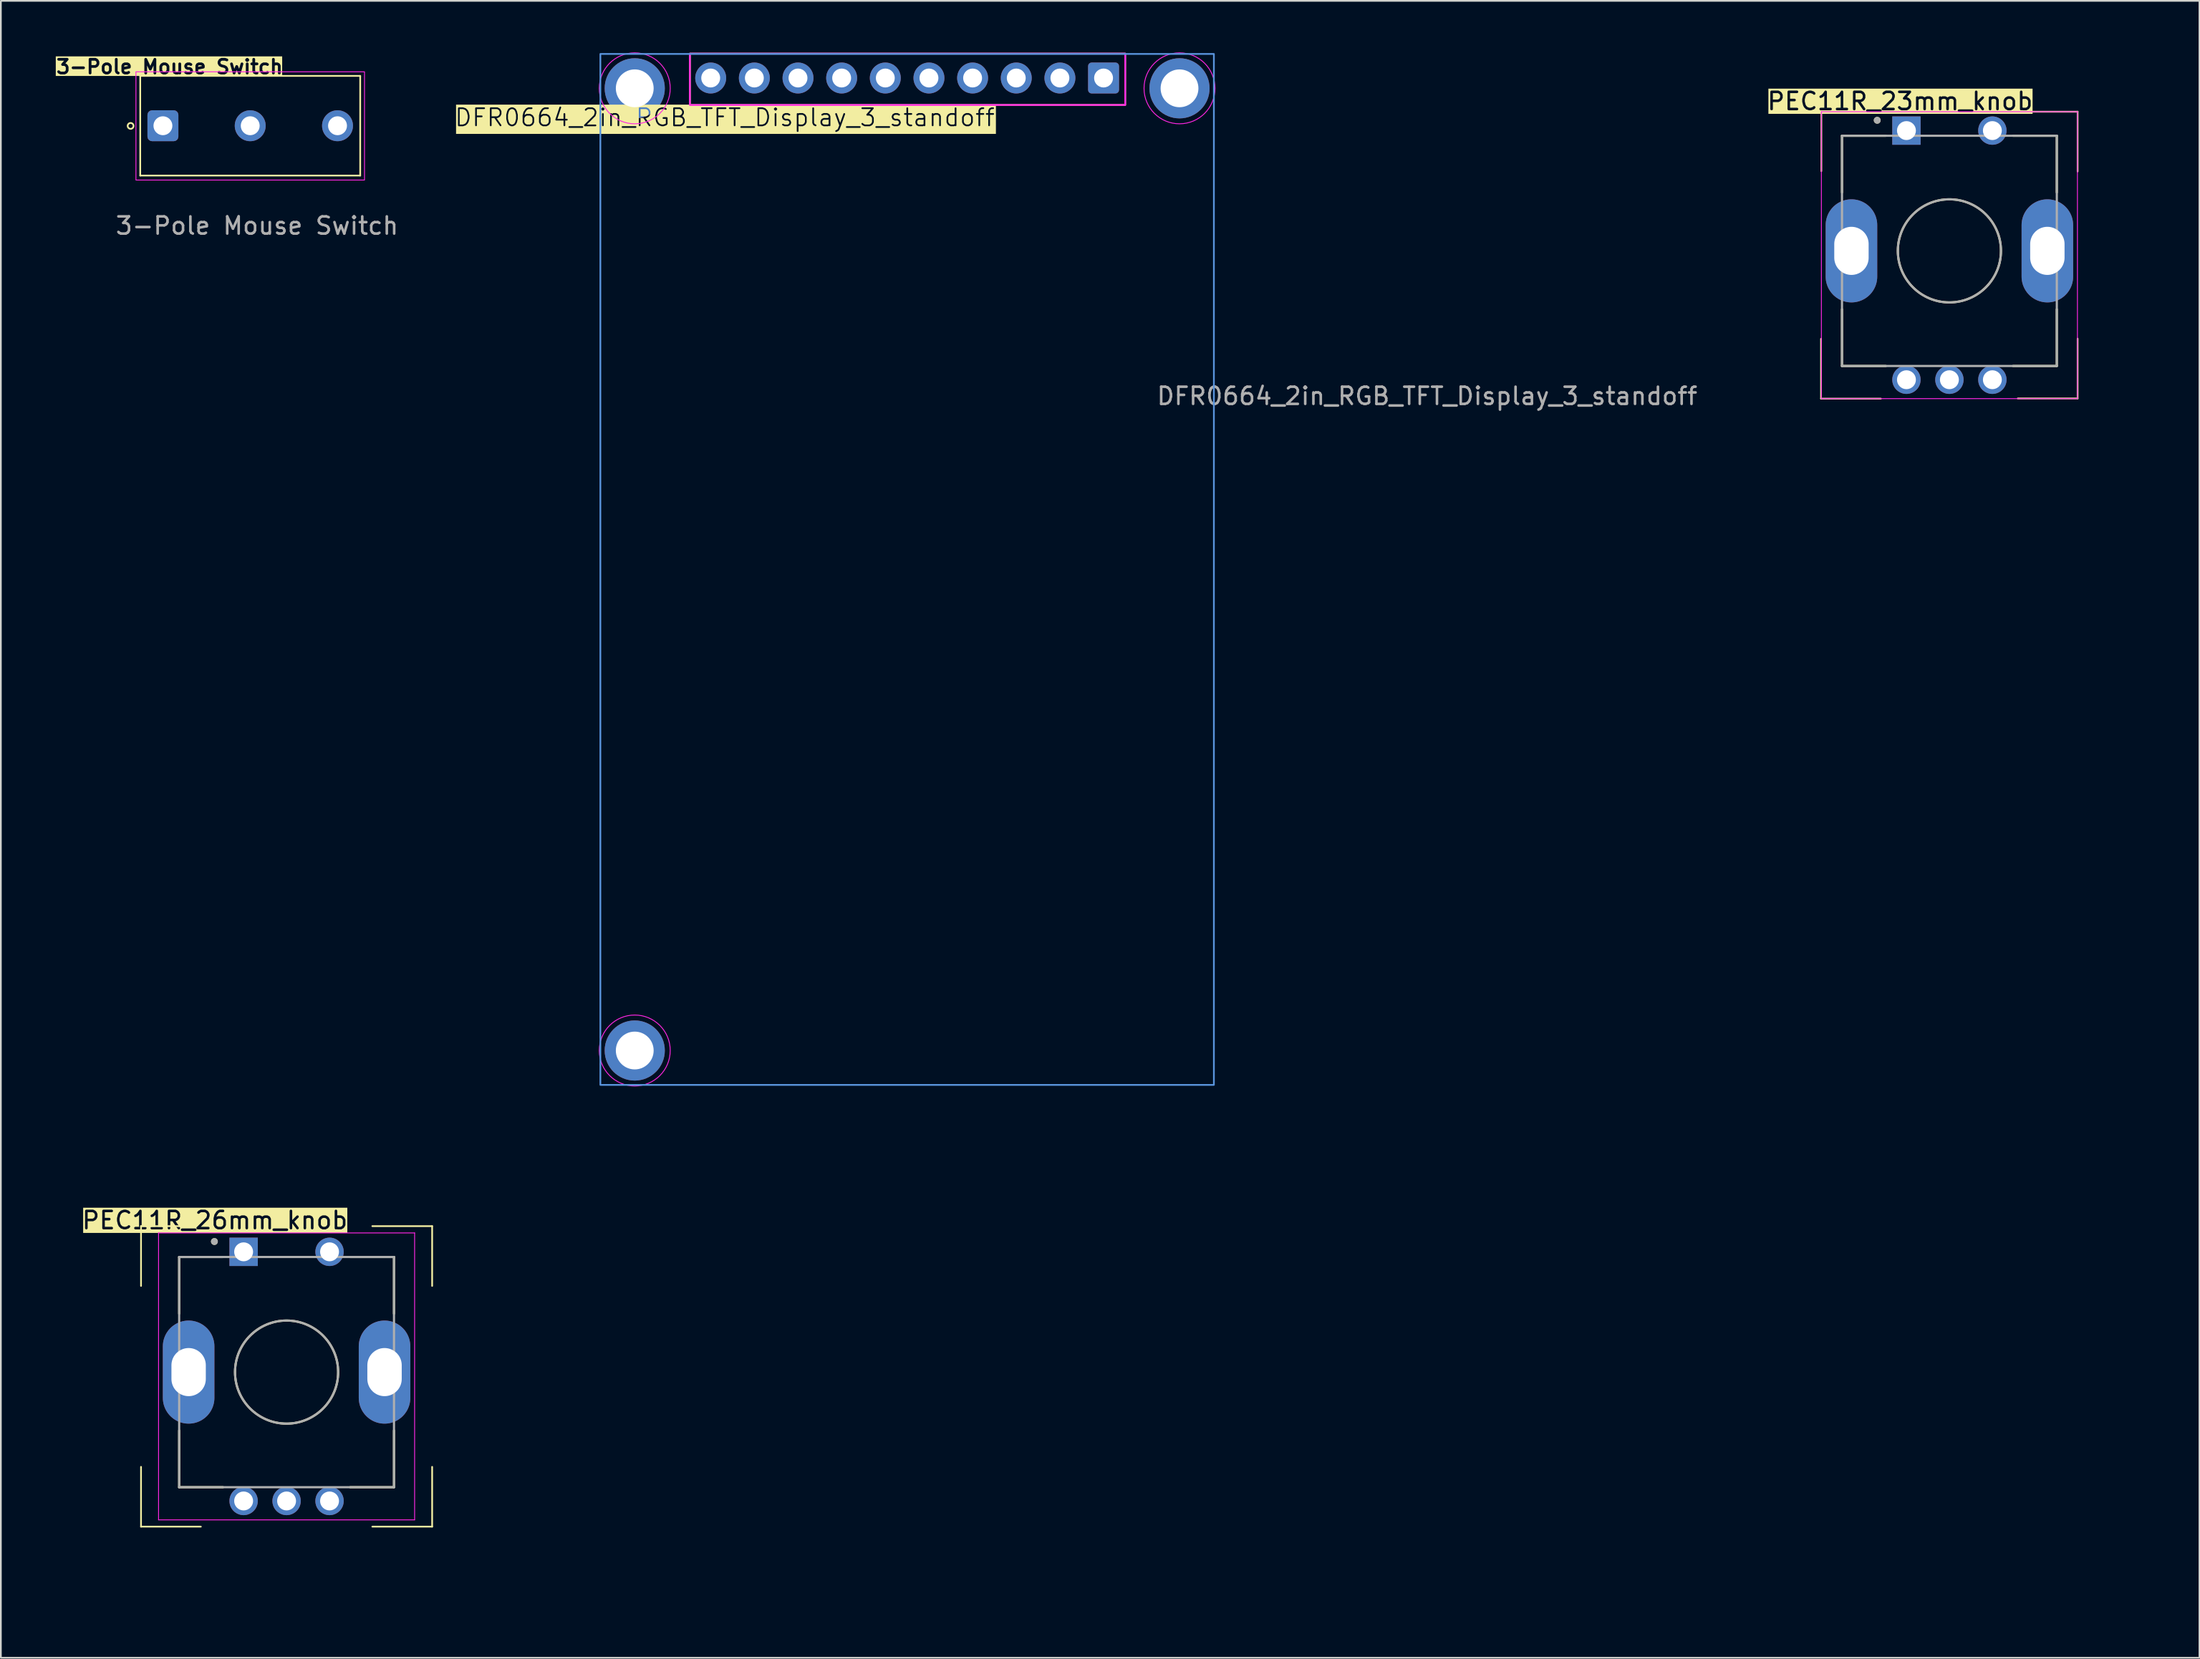
<source format=kicad_pcb>
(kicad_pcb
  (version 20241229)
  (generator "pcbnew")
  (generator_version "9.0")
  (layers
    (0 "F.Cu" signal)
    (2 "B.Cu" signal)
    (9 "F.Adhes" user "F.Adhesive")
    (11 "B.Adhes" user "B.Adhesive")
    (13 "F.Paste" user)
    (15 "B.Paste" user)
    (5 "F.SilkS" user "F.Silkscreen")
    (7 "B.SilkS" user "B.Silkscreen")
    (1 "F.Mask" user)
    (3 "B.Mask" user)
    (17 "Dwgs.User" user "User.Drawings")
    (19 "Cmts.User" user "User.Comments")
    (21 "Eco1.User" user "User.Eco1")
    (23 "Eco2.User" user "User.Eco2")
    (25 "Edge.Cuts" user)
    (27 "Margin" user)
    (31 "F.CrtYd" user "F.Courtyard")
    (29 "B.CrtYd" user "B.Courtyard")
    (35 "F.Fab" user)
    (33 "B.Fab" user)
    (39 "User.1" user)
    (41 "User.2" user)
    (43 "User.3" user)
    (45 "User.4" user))
  (footprint "PEC11R_26mm_knob"
    (layer "F.Cu")
    (at 13.626 76.806)
    (property "Reference" "PEC11R_26mm_knob" (at -4.175 -8.835 0) (layer "F.SilkS" knockout) (effects (font (size 1 1) (thickness 0.15))))
    (attr through_hole)
    (fp_line (start -8.47 -8.495) (end -6.24 -8.495) (stroke (width 0.1) (type default)) (layer "F.SilkS"))
    (fp_line (start -8.47 -5.015) (end -8.47 -8.495) (stroke (width 0.1) (type default)) (layer "F.SilkS"))
    (fp_line (start -8.47 5.515) (end -8.47 8.995) (stroke (width 0.1) (type default)) (layer "F.SilkS"))
    (fp_line (start -8.47 8.995) (end -4.99 8.995) (stroke (width 0.1) (type default)) (layer "F.SilkS"))
    (fp_line (start -6.25 -6.7) (end -3.7 -6.7) (stroke (width 0.127) (type solid)) (layer "F.SilkS"))
    (fp_line (start -6.25 -3.4) (end -6.25 -6.7) (stroke (width 0.127) (type solid)) (layer "F.SilkS"))
    (fp_line (start -6.25 3.4) (end -6.25 6.7) (stroke (width 0.127) (type solid)) (layer "F.SilkS"))
    (fp_line (start -6.25 6.7) (end -3.7 6.7) (stroke (width 0.127) (type solid)) (layer "F.SilkS"))
    (fp_line (start 3.7 -6.7) (end 6.25 -6.7) (stroke (width 0.127) (type solid)) (layer "F.SilkS"))
    (fp_line (start 3.7 6.7) (end 6.25 6.7) (stroke (width 0.127) (type solid)) (layer "F.SilkS"))
    (fp_line (start 6.25 -6.7) (end 6.25 -3.4) (stroke (width 0.127) (type solid)) (layer "F.SilkS"))
    (fp_line (start 6.25 6.7) (end 6.25 3.4) (stroke (width 0.127) (type solid)) (layer "F.SilkS"))
    (fp_line (start 8.47 -8.495) (end 4.99 -8.495) (stroke (width 0.1) (type default)) (layer "F.SilkS"))
    (fp_line (start 8.47 -5.015) (end 8.47 -8.495) (stroke (width 0.1) (type default)) (layer "F.SilkS"))
    (fp_line (start 8.47 5.515) (end 8.47 8.995) (stroke (width 0.1) (type solid)) (layer "F.SilkS"))
    (fp_line (start 8.47 8.995) (end 4.99 8.995) (stroke (width 0.1) (type default)) (layer "F.SilkS"))
    (fp_circle (center -4.2 -7.6) (end -4.1 -7.6) (stroke (width 0.2) (type solid)) (fill no) (layer "F.SilkS"))
    (fp_circle (center 0 0) (end 3 0) (stroke (width 0.127) (type solid)) (fill no) (layer "F.SilkS"))
    (fp_circle (center 0 0) (end 9.6 9.6) (stroke (width 0.1) (type default)) (fill no) (layer "Eco1.User"))
    (fp_line (start -7.45 -8.1) (end -7.45 8.6) (stroke (width 0.05) (type solid)) (layer "F.CrtYd"))
    (fp_line (start -7.45 8.6) (end 7.45 8.6) (stroke (width 0.05) (type solid)) (layer "F.CrtYd"))
    (fp_line (start 7.45 -8.1) (end -7.45 -8.1) (stroke (width 0.05) (type solid)) (layer "F.CrtYd"))
    (fp_line (start 7.45 8.6) (end 7.45 -8.1) (stroke (width 0.05) (type solid)) (layer "F.CrtYd"))
    (fp_line (start -6.25 -6.7) (end 6.25 -6.7) (stroke (width 0.127) (type solid)) (layer "F.Fab"))
    (fp_line (start -6.25 6.7) (end -6.25 -6.7) (stroke (width 0.127) (type solid)) (layer "F.Fab"))
    (fp_line (start 6.25 -6.7) (end 6.25 6.7) (stroke (width 0.127) (type solid)) (layer "F.Fab"))
    (fp_line (start 6.25 6.7) (end -6.25 6.7) (stroke (width 0.127) (type solid)) (layer "F.Fab"))
    (fp_circle (center -4.2 -7.6) (end -4.1 -7.6) (stroke (width 0.2) (type solid)) (fill no) (layer "F.Fab"))
    (fp_circle (center 0 0) (end 3 0) (stroke (width 0.127) (type solid)) (fill no) (layer "F.Fab"))
    (pad "1" thru_hole rect (at -2.5 -7) (size 1.65 1.65) (drill 1.1) (layers "*.Cu" "*.Mask"))
    (pad "2" thru_hole circle (at 2.5 -7) (size 1.65 1.65) (drill 1.1) (layers "*.Cu" "*.Mask"))
    (pad "A" thru_hole circle (at -2.5 7.5) (size 1.65 1.65) (drill 1.1) (layers "*.Cu" "*.Mask"))
    (pad "B" thru_hole circle (at 2.5 7.5) (size 1.65 1.65) (drill 1.1) (layers "*.Cu" "*.Mask"))
    (pad "COM" thru_hole circle (at 0 7.5) (size 1.65 1.65) (drill 1.1) (layers "*.Cu" "*.Mask"))
    (pad "S1" thru_hole oval (at -5.7 0) (size 3 6) (drill oval 2 2.8) (layers "*.Cu" "*.Mask"))
    (pad "S2" thru_hole oval (at 5.7 0) (size 3 6) (drill oval 2 2.8) (layers "*.Cu" "*.Mask")))
  (footprint "PEC11R_23mm_knob"
    (layer "F.Cu")
    (at 110.384 11.55)
    (property "Reference" "PEC11R_23mm_knob" (at -2.87 -8.71 0) (layer "F.SilkS" knockout) (effects (font (size 1 1) (thickness 0.15))))
    (attr through_hole)
    (fp_line (start -7.47 5.12) (end -7.47 8.6) (stroke (width 0.1) (type default)) (layer "F.SilkS"))
    (fp_line (start -7.47 8.6) (end -3.99 8.6) (stroke (width 0.1) (type default)) (layer "F.SilkS"))
    (fp_line (start -7.45 -8.12) (end -5.22 -8.12) (stroke (width 0.1) (type default)) (layer "F.SilkS"))
    (fp_line (start -7.45 -4.64) (end -7.45 -8.12) (stroke (width 0.1) (type default)) (layer "F.SilkS"))
    (fp_line (start -6.25 -6.7) (end -3.7 -6.7) (stroke (width 0.127) (type solid)) (layer "F.SilkS"))
    (fp_line (start -6.25 -3.4) (end -6.25 -6.7) (stroke (width 0.127) (type solid)) (layer "F.SilkS"))
    (fp_line (start -6.25 3.4) (end -6.25 6.7) (stroke (width 0.127) (type solid)) (layer "F.SilkS"))
    (fp_line (start -6.25 6.7) (end -3.7 6.7) (stroke (width 0.127) (type solid)) (layer "F.SilkS"))
    (fp_line (start 3.7 -6.7) (end 6.25 -6.7) (stroke (width 0.127) (type solid)) (layer "F.SilkS"))
    (fp_line (start 3.7 6.7) (end 6.25 6.7) (stroke (width 0.127) (type solid)) (layer "F.SilkS"))
    (fp_line (start 6.25 -6.7) (end 6.25 -3.4) (stroke (width 0.127) (type solid)) (layer "F.SilkS"))
    (fp_line (start 6.25 6.7) (end 6.25 3.4) (stroke (width 0.127) (type solid)) (layer "F.SilkS"))
    (fp_line (start 7.46 -8.1) (end 3.98 -8.1) (stroke (width 0.1) (type default)) (layer "F.SilkS"))
    (fp_line (start 7.46 -4.62) (end 7.46 -8.1) (stroke (width 0.1) (type default)) (layer "F.SilkS"))
    (fp_line (start 7.46 5.11) (end 7.46 8.59) (stroke (width 0.1) (type solid)) (layer "F.SilkS"))
    (fp_line (start 7.46 8.59) (end 3.98 8.59) (stroke (width 0.1) (type default)) (layer "F.SilkS"))
    (fp_circle (center -4.2 -7.6) (end -4.1 -7.6) (stroke (width 0.2) (type solid)) (fill no) (layer "F.SilkS"))
    (fp_circle (center 0 0) (end 3 0) (stroke (width 0.127) (type solid)) (fill no) (layer "F.SilkS"))
    (fp_circle (center 0 0) (end 11.5 0) (stroke (width 0.1) (type default)) (fill no) (layer "Eco1.User"))
    (fp_line (start -7.45 -8.1) (end -7.45 8.6) (stroke (width 0.05) (type solid)) (layer "F.CrtYd"))
    (fp_line (start -7.45 8.6) (end 7.45 8.6) (stroke (width 0.05) (type solid)) (layer "F.CrtYd"))
    (fp_line (start 7.45 -8.1) (end -7.45 -8.1) (stroke (width 0.05) (type solid)) (layer "F.CrtYd"))
    (fp_line (start 7.45 8.6) (end 7.45 -8.1) (stroke (width 0.05) (type solid)) (layer "F.CrtYd"))
    (fp_line (start -6.25 -6.7) (end 6.25 -6.7) (stroke (width 0.127) (type solid)) (layer "F.Fab"))
    (fp_line (start -6.25 6.7) (end -6.25 -6.7) (stroke (width 0.127) (type solid)) (layer "F.Fab"))
    (fp_line (start 6.25 -6.7) (end 6.25 6.7) (stroke (width 0.127) (type solid)) (layer "F.Fab"))
    (fp_line (start 6.25 6.7) (end -6.25 6.7) (stroke (width 0.127) (type solid)) (layer "F.Fab"))
    (fp_circle (center -4.2 -7.6) (end -4.1 -7.6) (stroke (width 0.2) (type solid)) (fill no) (layer "F.Fab"))
    (fp_circle (center 0 0) (end 3 0) (stroke (width 0.127) (type solid)) (fill no) (layer "F.Fab"))
    (pad "1" thru_hole rect (at -2.5 -7) (size 1.65 1.65) (drill 1.1) (layers "*.Cu" "*.Mask"))
    (pad "2" thru_hole circle (at 2.5 -7) (size 1.65 1.65) (drill 1.1) (layers "*.Cu" "*.Mask"))
    (pad "A" thru_hole circle (at -2.5 7.5) (size 1.65 1.65) (drill 1.1) (layers "*.Cu" "*.Mask"))
    (pad "B" thru_hole circle (at 2.5 7.5) (size 1.65 1.65) (drill 1.1) (layers "*.Cu" "*.Mask"))
    (pad "COM" thru_hole circle (at 0 7.5) (size 1.65 1.65) (drill 1.1) (layers "*.Cu" "*.Mask"))
    (pad "S1" thru_hole oval (at -5.7 0) (size 3 6) (drill oval 2 2.8) (layers "*.Cu" "*.Mask"))
    (pad "S2" thru_hole oval (at 5.7 0) (size 3 6) (drill oval 2 2.8) (layers "*.Cu" "*.Mask")))
  (footprint "3-Pole Mouse Switch"
    (layer "F.Cu")
    (at 11.51 4.268)
    (property "Reference" "3-Pole Mouse Switch" (at -4.69 -3.43 0) (layer "F.SilkS" knockout) (effects (font (size 0.8 0.8) (thickness 0.16) (bold yes))))
    (attr through_hole)
    (fp_line (start -6.4 -2.9) (end 6.4 -2.9) (stroke (width 0.1) (type default)) (layer "F.SilkS"))
    (fp_line (start -6.4 2.9) (end -6.4 -2.9) (stroke (width 0.1) (type default)) (layer "F.SilkS"))
    (fp_line (start 6.4 -2.9) (end 6.4 2.9) (stroke (width 0.1) (type default)) (layer "F.SilkS"))
    (fp_line (start 6.4 2.9) (end -6.4 2.9) (stroke (width 0.1) (type default)) (layer "F.SilkS"))
    (fp_circle (center -6.96 0.01) (end -6.97 -0.16) (stroke (width 0.1) (type default)) (fill no) (layer "F.SilkS"))
    (fp_rect (start -6.65 -3.14) (end 6.65 3.16) (stroke (width 0.05) (type default)) (fill no) (layer "F.CrtYd"))
    (fp_text user "${REFERENCE}" (at 0.4 5.82 0) (unlocked yes) (layer "F.Fab") (effects (font (size 1 1) (thickness 0.15))))
    (pad "1" thru_hole roundrect (at -5.08 0) (size 1.8 1.8) (drill 1.1) (layers "*.Cu" "*.Mask") (roundrect_rratio 0.15))
    (pad "2" thru_hole circle (at 0 0) (size 1.8 1.8) (drill 1.1) (layers "*.Cu" "*.Mask"))
    (pad "3" thru_hole circle (at 5.08 0) (size 1.8 1.8) (drill 1.1) (layers "*.Cu" "*.Mask")))
  (footprint "DFR0664_2in_RGB_TFT_Display_3_standoff"
    (layer "F.Cu")
    (at 79.995 17.5)
    (property "Reference" "DFR0664_2in_RGB_TFT_Display_3_standoff" (at -40.87 -13.71 0) (layer "F.SilkS" knockout) (effects (font (size 1 1) (thickness 0.1))))
    (attr through_hole)
    (fp_rect (start -42.9 -17.43) (end -17.57 -14.44) (stroke (width 0.1) (type default)) (fill no) (layer "F.SilkS"))
    (fp_poly (pts (xy -48.11 42.59) (xy -12.41 42.59) (xy -12.41 -17.41) (xy -48.11 -17.41)) (stroke (width 0.1) (type solid)) (fill no) (layer "Cmts.User"))
    (fp_rect (start -42.9 -17.43) (end -17.57 -14.44) (stroke (width 0.1) (type default)) (fill no) (layer "F.CrtYd"))
    (fp_circle (center -46.11 -15.41) (end -44.65 -13.95) (stroke (width 0.05) (type default)) (fill no) (layer "F.CrtYd"))
    (fp_circle (center -46.11 40.59) (end -44.65 42.05) (stroke (width 0.05) (type default)) (fill no) (layer "F.CrtYd"))
    (fp_circle (center -14.41 -15.41) (end -12.95 -13.95) (stroke (width 0.05) (type default)) (fill no) (layer "F.CrtYd"))
    (fp_text user "${REFERENCE}" (at 0 2.5 0) (unlocked yes) (layer "F.Fab") (effects (font (size 1 1) (thickness 0.15))))
    (pad "1" thru_hole roundrect (at -18.83 -16.01) (size 1.8 1.8) (drill 1.1) (layers "*.Cu" "*.Mask") (roundrect_rratio 0.114))
    (pad "2" thru_hole circle (at -21.37 -16.01) (size 1.8 1.8) (drill 1.1) (layers "*.Cu" "*.Mask"))
    (pad "3" thru_hole circle (at -23.91 -16.01) (size 1.8 1.8) (drill 1.1) (layers "*.Cu" "*.Mask"))
    (pad "4" thru_hole circle (at -26.45 -16.01) (size 1.8 1.8) (drill 1.1) (layers "*.Cu" "*.Mask"))
    (pad "5" thru_hole circle (at -28.99 -16.01) (size 1.8 1.8) (drill 1.1) (layers "*.Cu" "*.Mask"))
    (pad "6" thru_hole circle (at -31.53 -16.01) (size 1.8 1.8) (drill 1.1) (layers "*.Cu" "*.Mask"))
    (pad "7" thru_hole circle (at -34.07 -16.01) (size 1.8 1.8) (drill 1.1) (layers "*.Cu" "*.Mask"))
    (pad "8" thru_hole circle (at -36.61 -16.01) (size 1.8 1.8) (drill 1.1) (layers "*.Cu" "*.Mask"))
    (pad "9" thru_hole circle (at -39.15 -16.01) (size 1.8 1.8) (drill 1.1) (layers "*.Cu" "*.Mask"))
    (pad "10" thru_hole circle (at -41.69 -16.01) (size 1.8 1.8) (drill 1.1) (layers "*.Cu" "*.Mask"))
    (pad "NPTH" thru_hole circle (at -46.11 -15.41) (size 3.5 3.5) (drill 2.2) (property pad_prop_mechanical) (layers "*.Cu" "*.Mask"))
    (pad "NPTH" thru_hole circle (at -46.11 40.59) (size 3.5 3.5) (drill 2.2) (property pad_prop_mechanical) (layers "*.Cu" "*.Mask"))
    (pad "NPTH" thru_hole circle (at -14.41 -15.41) (size 3.5 3.5) (drill 2.2) (property pad_prop_mechanical) (layers "*.Cu" "*.Mask")))
  (gr_rect
    (start -3 -3)
    (end 124.934 93.432)
    (stroke (width 0.1) (type default))
    (fill no)
    (layer "Edge.Cuts")))
</source>
